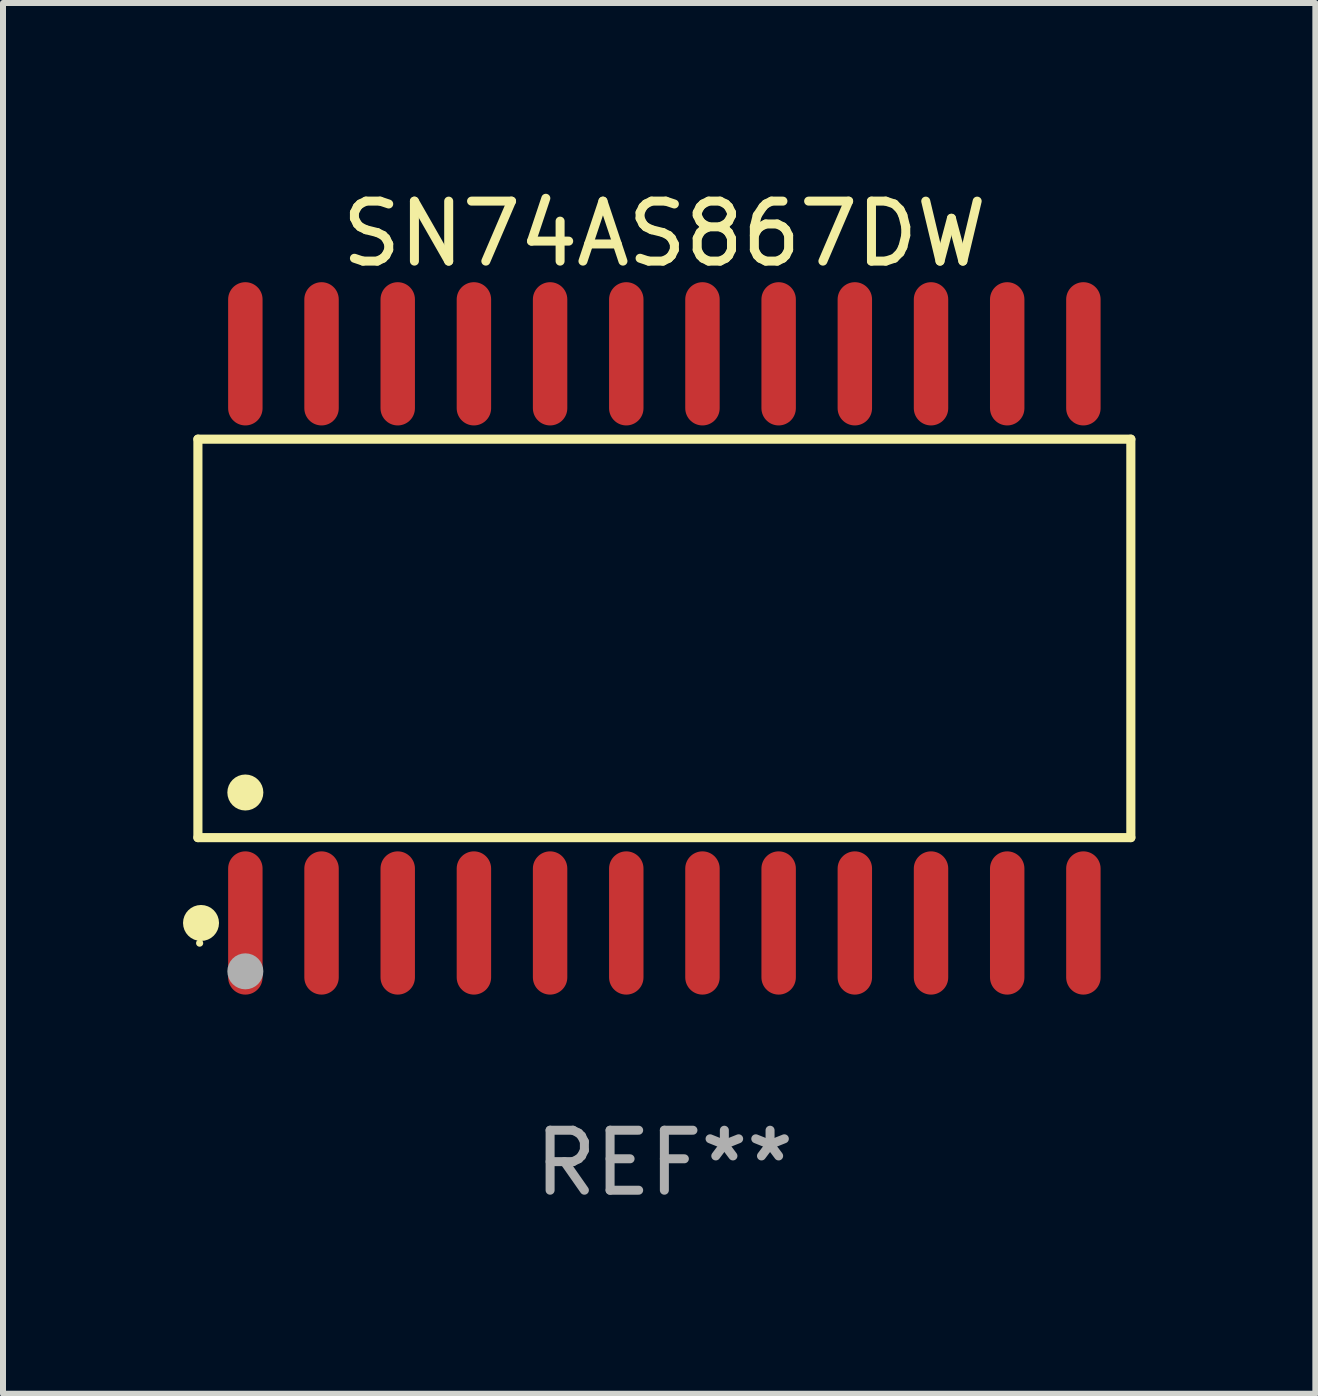
<source format=kicad_pcb>
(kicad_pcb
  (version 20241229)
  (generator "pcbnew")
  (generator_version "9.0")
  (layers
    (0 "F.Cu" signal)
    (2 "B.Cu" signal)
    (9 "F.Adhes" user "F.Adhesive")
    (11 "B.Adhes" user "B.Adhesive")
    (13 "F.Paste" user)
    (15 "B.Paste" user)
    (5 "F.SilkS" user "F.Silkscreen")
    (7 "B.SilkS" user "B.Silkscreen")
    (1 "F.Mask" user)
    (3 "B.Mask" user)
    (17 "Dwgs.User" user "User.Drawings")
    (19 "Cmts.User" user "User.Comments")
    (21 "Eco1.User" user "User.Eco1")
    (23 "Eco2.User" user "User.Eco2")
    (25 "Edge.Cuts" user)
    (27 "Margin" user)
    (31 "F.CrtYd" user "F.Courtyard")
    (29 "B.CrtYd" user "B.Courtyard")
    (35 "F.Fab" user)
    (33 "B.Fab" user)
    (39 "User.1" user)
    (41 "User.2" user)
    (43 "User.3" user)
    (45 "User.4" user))
  (footprint "SN74AS867DW"
    (layer "F.Cu")
    (at 8.025 7.592)
    (property "Reference" "SN74AS867DW" (at 0 -6.744 0) (layer "F.SilkS") (effects (font (size 1 1) (thickness 0.15))))
    (attr through_hole)
    (fp_line (start -7.776 -3.321) (end 7.776 -3.321) (stroke (width 0.152) (type solid)) (layer "F.SilkS"))
    (fp_line (start -7.776 3.321) (end -7.776 -3.321) (stroke (width 0.152) (type solid)) (layer "F.SilkS"))
    (fp_line (start 7.776 -3.321) (end 7.776 3.321) (stroke (width 0.152) (type solid)) (layer "F.SilkS"))
    (fp_line (start 7.776 3.321) (end -7.776 3.321) (stroke (width 0.152) (type solid)) (layer "F.SilkS"))
    (fp_circle (center -7.747 5.08) (end -7.717 5.08) (stroke (width 0.06) (type solid)) (fill no) (layer "F.SilkS"))
    (fp_circle (center -7.724 4.744) (end -7.574 4.744) (stroke (width 0.3) (type solid)) (fill no) (layer "F.SilkS"))
    (fp_circle (center -6.985 2.569) (end -6.835 2.569) (stroke (width 0.3) (type solid)) (fill no) (layer "F.SilkS"))
    (fp_circle (center -6.985 5.55) (end -6.835 5.55) (stroke (width 0.3) (type solid)) (fill no) (layer "F.Fab"))
    (fp_text user "REF**" (at 0 8.744 0) (layer "F.Fab") (effects (font (size 1 1) (thickness 0.15))))
    (pad "1" smd oval (at -6.985 4.744) (size 0.574 2.388) (layers "F.Cu" "F.Mask" "F.Paste"))
    (pad "2" smd oval (at -5.715 4.744) (size 0.574 2.388) (layers "F.Cu" "F.Mask" "F.Paste"))
    (pad "3" smd oval (at -4.445 4.744) (size 0.574 2.388) (layers "F.Cu" "F.Mask" "F.Paste"))
    (pad "4" smd oval (at -3.175 4.744) (size 0.574 2.388) (layers "F.Cu" "F.Mask" "F.Paste"))
    (pad "5" smd oval (at -1.905 4.744) (size 0.574 2.388) (layers "F.Cu" "F.Mask" "F.Paste"))
    (pad "6" smd oval (at -0.635 4.744) (size 0.574 2.388) (layers "F.Cu" "F.Mask" "F.Paste"))
    (pad "7" smd oval (at 0.635 4.744) (size 0.574 2.388) (layers "F.Cu" "F.Mask" "F.Paste"))
    (pad "8" smd oval (at 1.905 4.744) (size 0.574 2.388) (layers "F.Cu" "F.Mask" "F.Paste"))
    (pad "9" smd oval (at 3.175 4.744) (size 0.574 2.388) (layers "F.Cu" "F.Mask" "F.Paste"))
    (pad "10" smd oval (at 4.445 4.744) (size 0.574 2.388) (layers "F.Cu" "F.Mask" "F.Paste"))
    (pad "11" smd oval (at 5.715 4.744) (size 0.574 2.388) (layers "F.Cu" "F.Mask" "F.Paste"))
    (pad "12" smd oval (at 6.985 4.744) (size 0.574 2.388) (layers "F.Cu" "F.Mask" "F.Paste"))
    (pad "13" smd oval (at 6.985 -4.744) (size 0.574 2.388) (layers "F.Cu" "F.Mask" "F.Paste"))
    (pad "14" smd oval (at 5.715 -4.744) (size 0.574 2.388) (layers "F.Cu" "F.Mask" "F.Paste"))
    (pad "15" smd oval (at 4.445 -4.744) (size 0.574 2.388) (layers "F.Cu" "F.Mask" "F.Paste"))
    (pad "16" smd oval (at 3.175 -4.744) (size 0.574 2.388) (layers "F.Cu" "F.Mask" "F.Paste"))
    (pad "17" smd oval (at 1.905 -4.744) (size 0.574 2.388) (layers "F.Cu" "F.Mask" "F.Paste"))
    (pad "18" smd oval (at 0.635 -4.744) (size 0.574 2.388) (layers "F.Cu" "F.Mask" "F.Paste"))
    (pad "19" smd oval (at -0.635 -4.744) (size 0.574 2.388) (layers "F.Cu" "F.Mask" "F.Paste"))
    (pad "20" smd oval (at -1.905 -4.744) (size 0.574 2.388) (layers "F.Cu" "F.Mask" "F.Paste"))
    (pad "21" smd oval (at -3.175 -4.744) (size 0.574 2.388) (layers "F.Cu" "F.Mask" "F.Paste"))
    (pad "22" smd oval (at -4.445 -4.744) (size 0.574 2.388) (layers "F.Cu" "F.Mask" "F.Paste"))
    (pad "23" smd oval (at -5.715 -4.744) (size 0.574 2.388) (layers "F.Cu" "F.Mask" "F.Paste"))
    (pad "24" smd oval (at -6.985 -4.744) (size 0.574 2.388) (layers "F.Cu" "F.Mask" "F.Paste")))
  (gr_rect
    (start -3 -3)
    (end 18.877 20.184)
    (stroke (width 0.1) (type default))
    (fill no)
    (layer "Edge.Cuts")))
</source>
